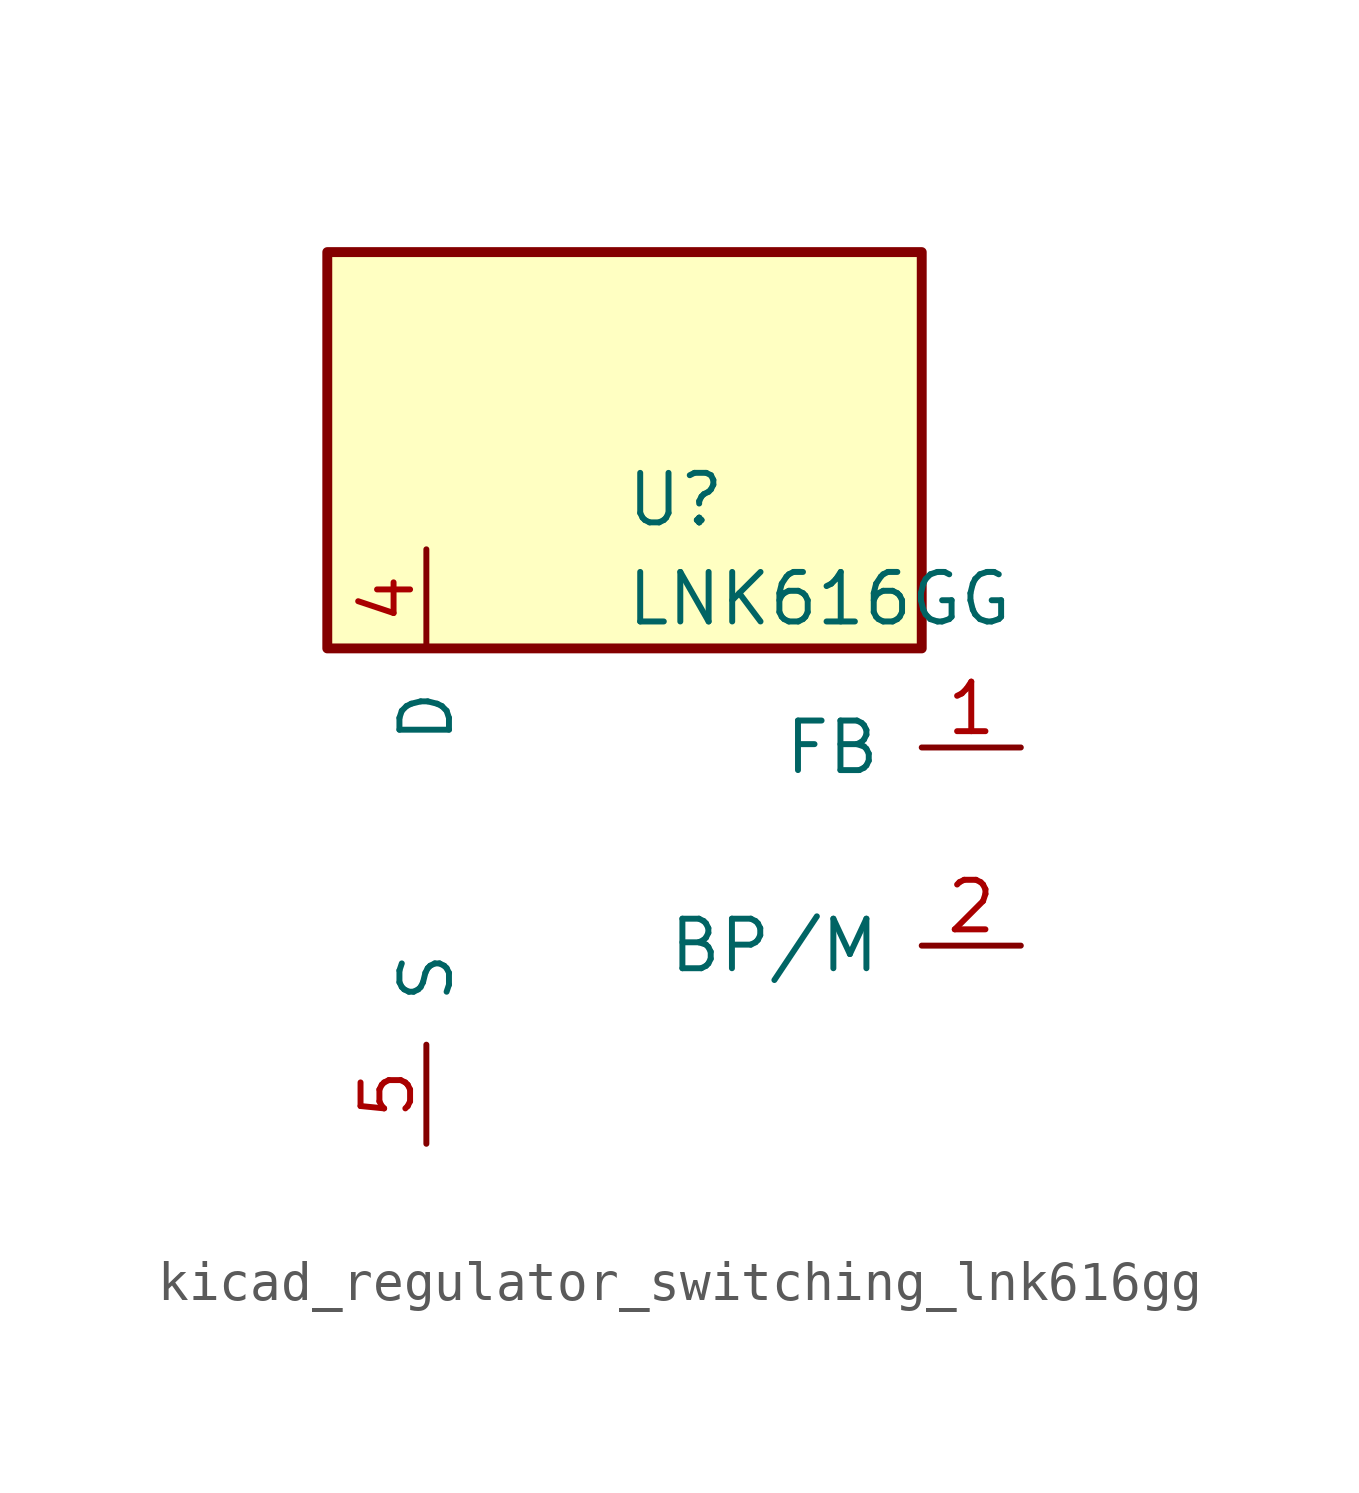
<source format=kicad_sym>
(kicad_symbol_lib
  (version 20220914)
  (generator kicad_symbol_editor)
  (symbol "kicad_regulator_switching_lnk616gg"
    (pin_names
      (offset 1.016))
    (property "Reference" "U"
      (at 0 8.89 0)
      (effects (font (size 1.27 1.27)) (justify left)))
    (property "Value" "LNK616GG"
      (at 0 6.35 0)
      (effects (font (size 1.27 1.27)) (justify left)))
    (symbol "kicad_regulator_switching_lnk616gg_0_1"
      (rectangle (start 7.62 15.24) (end -7.62 5.08) (stroke (width 0.254) (type default)) (fill (type background))))
    (symbol "kicad_regulator_switching_lnk616gg_1_1"
      (pin input line (at 10.16 2.54 180) (length 2.54) (name "FB" (effects (font (size 1.27 1.27)))) (number "1" (effects (font (size 1.27 1.27)))))
      (pin input line (at 10.16 -2.54 180) (length 2.54) (name "BP/M" (effects (font (size 1.27 1.27)))) (number "2" (effects (font (size 1.27 1.27)))))
      (pin open_collector line (at -5.08 7.62 270) (length 2.54) (name "D" (effects (font (size 1.27 1.27)))) (number "4" (effects (font (size 1.27 1.27)))))
      (pin power_in line (at -5.08 -7.62 90) (length 2.54) (name "S" (effects (font (size 1.27 1.27)))) (number "5" (effects (font (size 1.27 1.27)))))
      (pin passive line (at -5.08 -7.62 90) (length 2.54) hide (name "S" (effects (font (size 1.27 1.27)))) (number "6" (effects (font (size 1.27 1.27)))))
      (pin passive line (at -5.08 -7.62 90) (length 2.54) hide (name "S" (effects (font (size 1.27 1.27)))) (number "7" (effects (font (size 1.27 1.27)))))
      (pin passive line (at -5.08 -7.62 90) (length 2.54) hide (name "S" (effects (font (size 1.27 1.27)))) (number "8" (effects (font (size 1.27 1.27))))))))
</source>
